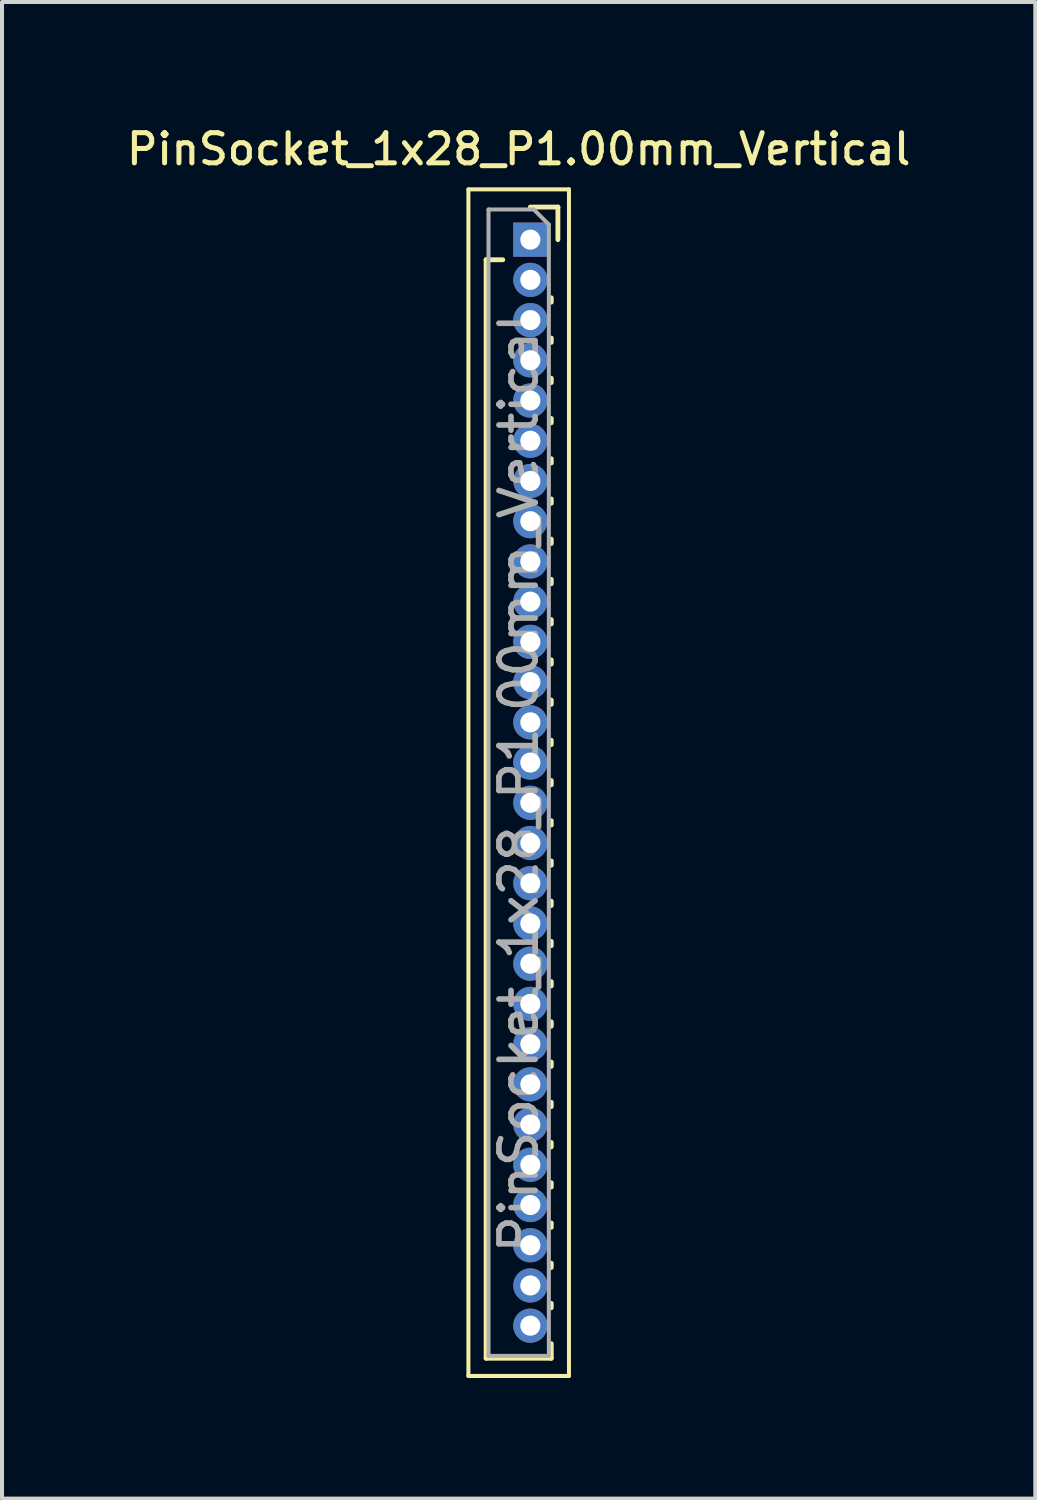
<source format=kicad_pcb>
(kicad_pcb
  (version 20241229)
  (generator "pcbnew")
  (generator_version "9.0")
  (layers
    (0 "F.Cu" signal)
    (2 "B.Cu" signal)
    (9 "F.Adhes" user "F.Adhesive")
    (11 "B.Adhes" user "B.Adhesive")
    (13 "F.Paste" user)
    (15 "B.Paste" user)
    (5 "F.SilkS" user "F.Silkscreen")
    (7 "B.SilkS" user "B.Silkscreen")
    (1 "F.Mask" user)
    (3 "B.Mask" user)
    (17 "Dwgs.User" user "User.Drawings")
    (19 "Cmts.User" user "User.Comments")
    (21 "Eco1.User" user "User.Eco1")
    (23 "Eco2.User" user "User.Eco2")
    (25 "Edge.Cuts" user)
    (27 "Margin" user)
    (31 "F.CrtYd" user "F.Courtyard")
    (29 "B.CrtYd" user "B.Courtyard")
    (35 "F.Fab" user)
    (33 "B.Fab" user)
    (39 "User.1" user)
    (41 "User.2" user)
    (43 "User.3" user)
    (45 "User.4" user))
  (footprint "PinSocket_1x28_P1.00mm_Vertical"
    (layer "F.Cu")
    (at 10.135 2.908)
    (property "Reference" "PinSocket_1x28_P1.00mm_Vertical" (at -0.29 -2.25 0) (layer "F.SilkS") (effects (font (size 0.75 0.75) (thickness 0.125))))
    (attr through_hole)
    (fp_line (start -1.54 -1.25) (end 0.96 -1.25) (stroke (width 0.1) (type solid)) (layer "F.SilkS"))
    (fp_line (start -1.54 28.25) (end -1.54 -1.25) (stroke (width 0.1) (type solid)) (layer "F.SilkS"))
    (fp_line (start -1.1 0.5) (end -1.1 27.81) (stroke (width 0.12) (type solid)) (layer "F.SilkS"))
    (fp_line (start -1.1 0.5) (end -0.685 0.5) (stroke (width 0.12) (type solid)) (layer "F.SilkS"))
    (fp_line (start -1.1 27.81) (end 0.52 27.81) (stroke (width 0.12) (type solid)) (layer "F.SilkS"))
    (fp_line (start 0 -0.81) (end 0.685 -0.81) (stroke (width 0.12) (type solid)) (layer "F.SilkS"))
    (fp_line (start 0.52 1.446) (end 0.52 1.554) (stroke (width 0.12) (type solid)) (layer "F.SilkS"))
    (fp_line (start 0.52 2.446) (end 0.52 2.554) (stroke (width 0.12) (type solid)) (layer "F.SilkS"))
    (fp_line (start 0.52 3.446) (end 0.52 3.554) (stroke (width 0.12) (type solid)) (layer "F.SilkS"))
    (fp_line (start 0.52 4.446) (end 0.52 4.554) (stroke (width 0.12) (type solid)) (layer "F.SilkS"))
    (fp_line (start 0.52 5.446) (end 0.52 5.554) (stroke (width 0.12) (type solid)) (layer "F.SilkS"))
    (fp_line (start 0.52 6.446) (end 0.52 6.554) (stroke (width 0.12) (type solid)) (layer "F.SilkS"))
    (fp_line (start 0.52 7.446) (end 0.52 7.554) (stroke (width 0.12) (type solid)) (layer "F.SilkS"))
    (fp_line (start 0.52 8.446) (end 0.52 8.554) (stroke (width 0.12) (type solid)) (layer "F.SilkS"))
    (fp_line (start 0.52 9.446) (end 0.52 9.554) (stroke (width 0.12) (type solid)) (layer "F.SilkS"))
    (fp_line (start 0.52 10.446) (end 0.52 10.554) (stroke (width 0.12) (type solid)) (layer "F.SilkS"))
    (fp_line (start 0.52 11.446) (end 0.52 11.554) (stroke (width 0.12) (type solid)) (layer "F.SilkS"))
    (fp_line (start 0.52 12.446) (end 0.52 12.554) (stroke (width 0.12) (type solid)) (layer "F.SilkS"))
    (fp_line (start 0.52 13.446) (end 0.52 13.554) (stroke (width 0.12) (type solid)) (layer "F.SilkS"))
    (fp_line (start 0.52 14.446) (end 0.52 14.554) (stroke (width 0.12) (type solid)) (layer "F.SilkS"))
    (fp_line (start 0.52 15.446) (end 0.52 15.554) (stroke (width 0.12) (type solid)) (layer "F.SilkS"))
    (fp_line (start 0.52 16.446) (end 0.52 16.554) (stroke (width 0.12) (type solid)) (layer "F.SilkS"))
    (fp_line (start 0.52 17.446) (end 0.52 17.554) (stroke (width 0.12) (type solid)) (layer "F.SilkS"))
    (fp_line (start 0.52 18.446) (end 0.52 18.554) (stroke (width 0.12) (type solid)) (layer "F.SilkS"))
    (fp_line (start 0.52 19.446) (end 0.52 19.554) (stroke (width 0.12) (type solid)) (layer "F.SilkS"))
    (fp_line (start 0.52 20.446) (end 0.52 20.554) (stroke (width 0.12) (type solid)) (layer "F.SilkS"))
    (fp_line (start 0.52 21.446) (end 0.52 21.554) (stroke (width 0.12) (type solid)) (layer "F.SilkS"))
    (fp_line (start 0.52 22.446) (end 0.52 22.554) (stroke (width 0.12) (type solid)) (layer "F.SilkS"))
    (fp_line (start 0.52 23.446) (end 0.52 23.554) (stroke (width 0.12) (type solid)) (layer "F.SilkS"))
    (fp_line (start 0.52 24.446) (end 0.52 24.554) (stroke (width 0.12) (type solid)) (layer "F.SilkS"))
    (fp_line (start 0.52 25.446) (end 0.52 25.554) (stroke (width 0.12) (type solid)) (layer "F.SilkS"))
    (fp_line (start 0.52 26.446) (end 0.52 26.554) (stroke (width 0.12) (type solid)) (layer "F.SilkS"))
    (fp_line (start 0.52 27.446) (end 0.52 27.81) (stroke (width 0.12) (type solid)) (layer "F.SilkS"))
    (fp_line (start 0.685 -0.81) (end 0.685 0) (stroke (width 0.12) (type solid)) (layer "F.SilkS"))
    (fp_line (start 0.96 -1.25) (end 0.96 28.25) (stroke (width 0.1) (type solid)) (layer "F.SilkS"))
    (fp_line (start 0.96 28.25) (end -1.54 28.25) (stroke (width 0.1) (type solid)) (layer "F.SilkS"))
    (fp_line (start -1.04 -0.75) (end 0.085 -0.75) (stroke (width 0.1) (type solid)) (layer "F.Fab"))
    (fp_line (start -1.04 27.75) (end -1.04 -0.75) (stroke (width 0.1) (type solid)) (layer "F.Fab"))
    (fp_line (start 0.085 -0.75) (end 0.46 -0.375) (stroke (width 0.1) (type solid)) (layer "F.Fab"))
    (fp_line (start 0.46 -0.375) (end 0.46 27.75) (stroke (width 0.1) (type solid)) (layer "F.Fab"))
    (fp_line (start 0.46 27.75) (end -1.04 27.75) (stroke (width 0.1) (type solid)) (layer "F.Fab"))
    (fp_text user "${REFERENCE}" (at -0.29 13.5 90) (layer "F.Fab") (effects (font (size 0.9 0.9) (thickness 0.14))))
    (pad "1" thru_hole rect (at 0 0) (size 0.85 0.85) (drill 0.5) (layers "*.Cu" "*.Mask"))
    (pad "2" thru_hole oval (at 0 1) (size 0.85 0.85) (drill 0.5) (layers "*.Cu" "*.Mask"))
    (pad "3" thru_hole oval (at 0 2) (size 0.85 0.85) (drill 0.5) (layers "*.Cu" "*.Mask"))
    (pad "4" thru_hole oval (at 0 3) (size 0.85 0.85) (drill 0.5) (layers "*.Cu" "*.Mask"))
    (pad "5" thru_hole oval (at 0 4) (size 0.85 0.85) (drill 0.5) (layers "*.Cu" "*.Mask"))
    (pad "6" thru_hole oval (at 0 5) (size 0.85 0.85) (drill 0.5) (layers "*.Cu" "*.Mask"))
    (pad "7" thru_hole oval (at 0 6) (size 0.85 0.85) (drill 0.5) (layers "*.Cu" "*.Mask"))
    (pad "8" thru_hole oval (at 0 7) (size 0.85 0.85) (drill 0.5) (layers "*.Cu" "*.Mask"))
    (pad "9" thru_hole oval (at 0 8) (size 0.85 0.85) (drill 0.5) (layers "*.Cu" "*.Mask"))
    (pad "10" thru_hole oval (at 0 9) (size 0.85 0.85) (drill 0.5) (layers "*.Cu" "*.Mask"))
    (pad "11" thru_hole oval (at 0 10) (size 0.85 0.85) (drill 0.5) (layers "*.Cu" "*.Mask"))
    (pad "12" thru_hole oval (at 0 11) (size 0.85 0.85) (drill 0.5) (layers "*.Cu" "*.Mask"))
    (pad "13" thru_hole oval (at 0 12) (size 0.85 0.85) (drill 0.5) (layers "*.Cu" "*.Mask"))
    (pad "14" thru_hole oval (at 0 13) (size 0.85 0.85) (drill 0.5) (layers "*.Cu" "*.Mask"))
    (pad "15" thru_hole oval (at 0 14) (size 0.85 0.85) (drill 0.5) (layers "*.Cu" "*.Mask"))
    (pad "16" thru_hole oval (at 0 15) (size 0.85 0.85) (drill 0.5) (layers "*.Cu" "*.Mask"))
    (pad "17" thru_hole oval (at 0 16) (size 0.85 0.85) (drill 0.5) (layers "*.Cu" "*.Mask"))
    (pad "18" thru_hole oval (at 0 17) (size 0.85 0.85) (drill 0.5) (layers "*.Cu" "*.Mask"))
    (pad "19" thru_hole oval (at 0 18) (size 0.85 0.85) (drill 0.5) (layers "*.Cu" "*.Mask"))
    (pad "20" thru_hole oval (at 0 19) (size 0.85 0.85) (drill 0.5) (layers "*.Cu" "*.Mask"))
    (pad "21" thru_hole oval (at 0 20) (size 0.85 0.85) (drill 0.5) (layers "*.Cu" "*.Mask"))
    (pad "22" thru_hole oval (at 0 21) (size 0.85 0.85) (drill 0.5) (layers "*.Cu" "*.Mask"))
    (pad "23" thru_hole oval (at 0 22) (size 0.85 0.85) (drill 0.5) (layers "*.Cu" "*.Mask"))
    (pad "24" thru_hole oval (at 0 23) (size 0.85 0.85) (drill 0.5) (layers "*.Cu" "*.Mask"))
    (pad "25" thru_hole oval (at 0 24) (size 0.85 0.85) (drill 0.5) (layers "*.Cu" "*.Mask"))
    (pad "26" thru_hole oval (at 0 25) (size 0.85 0.85) (drill 0.5) (layers "*.Cu" "*.Mask"))
    (pad "27" thru_hole oval (at 0 26) (size 0.85 0.85) (drill 0.5) (layers "*.Cu" "*.Mask"))
    (pad "28" thru_hole oval (at 0 27) (size 0.85 0.85) (drill 0.5) (layers "*.Cu" "*.Mask")))
  (gr_rect
    (start -3 -3)
    (end 22.689 34.208)
    (stroke (width 0.1) (type default))
    (fill no)
    (layer "Edge.Cuts")))
</source>
